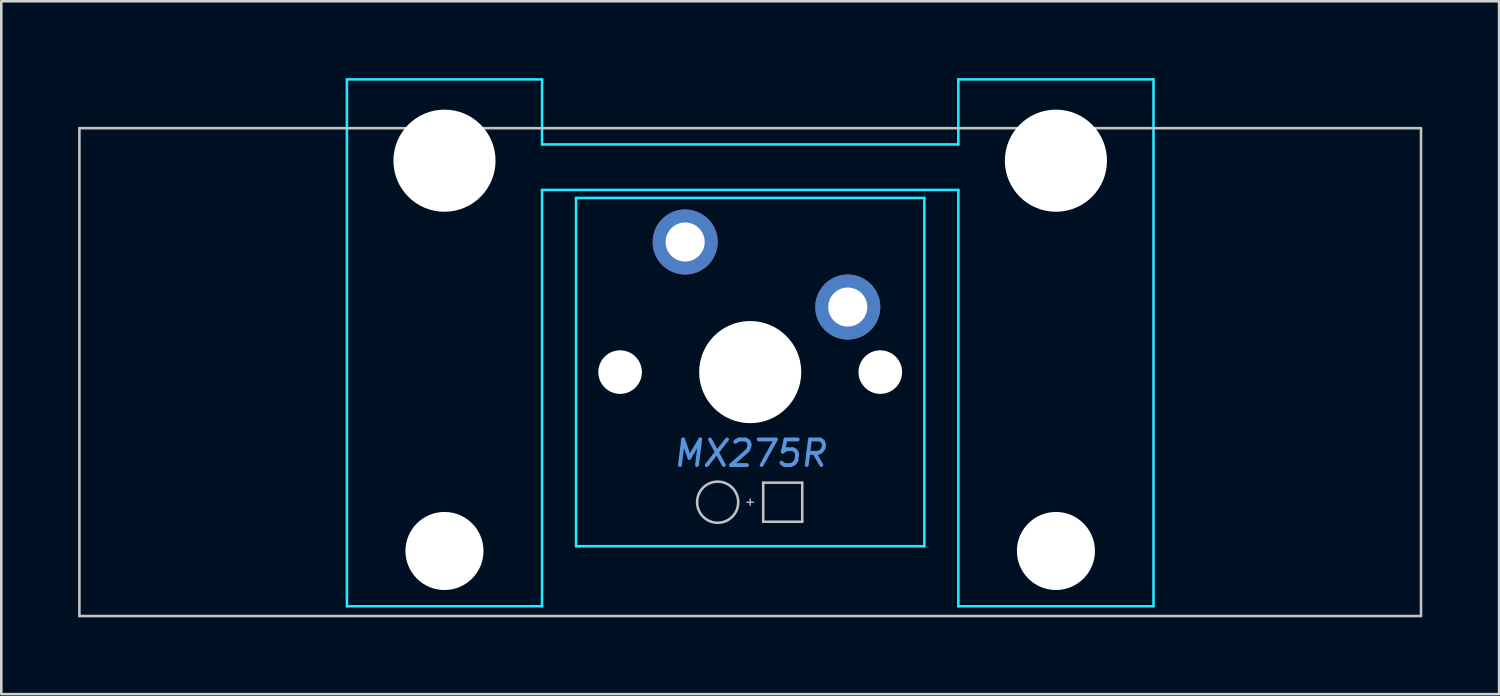
<source format=kicad_pcb>
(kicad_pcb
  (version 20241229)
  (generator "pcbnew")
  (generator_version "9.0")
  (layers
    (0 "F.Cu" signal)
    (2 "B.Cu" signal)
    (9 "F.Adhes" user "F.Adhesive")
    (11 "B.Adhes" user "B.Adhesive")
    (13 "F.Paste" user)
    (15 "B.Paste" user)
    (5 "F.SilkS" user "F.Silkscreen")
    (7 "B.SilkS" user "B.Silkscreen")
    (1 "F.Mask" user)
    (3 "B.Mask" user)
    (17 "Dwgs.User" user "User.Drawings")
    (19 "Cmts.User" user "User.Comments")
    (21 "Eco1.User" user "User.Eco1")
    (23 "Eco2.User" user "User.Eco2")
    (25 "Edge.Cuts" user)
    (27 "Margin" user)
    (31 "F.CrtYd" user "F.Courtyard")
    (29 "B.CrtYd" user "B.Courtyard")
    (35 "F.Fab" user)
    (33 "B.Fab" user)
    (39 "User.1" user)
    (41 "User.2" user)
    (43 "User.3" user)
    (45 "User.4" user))
  (footprint "MX275R"
    (layer "F.Cu")
    (at 26.244 11.48)
    (property "Reference" "MX275R" (at 0 3.175 0) (layer "Cmts.User") (effects (font (size 1 1) (thickness 0.15) (italic yes))))
    (attr through_hole)
    (fp_line (start -26.194 -9.525) (end -26.194 9.525) (stroke (width 0.1) (type solid)) (layer "Dwgs.User"))
    (fp_line (start -26.194 -9.525) (end 26.194 -9.525) (stroke (width 0.1) (type solid)) (layer "Dwgs.User"))
    (fp_line (start -26.194 9.525) (end 26.194 9.525) (stroke (width 0.1) (type solid)) (layer "Dwgs.User"))
    (fp_line (start -0.127 5.08) (end 0.127 5.08) (stroke (width 0.05) (type solid)) (layer "Dwgs.User"))
    (fp_line (start 0 5.207) (end 0 4.953) (stroke (width 0.05) (type solid)) (layer "Dwgs.User"))
    (fp_line (start 0.508 4.318) (end 0.508 5.842) (stroke (width 0.1) (type solid)) (layer "Dwgs.User"))
    (fp_line (start 0.508 4.318) (end 2.032 4.318) (stroke (width 0.1) (type solid)) (layer "Dwgs.User"))
    (fp_line (start 0.508 5.842) (end 2.032 5.842) (stroke (width 0.1) (type solid)) (layer "Dwgs.User"))
    (fp_line (start 2.032 5.842) (end 2.032 4.318) (stroke (width 0.1) (type solid)) (layer "Dwgs.User"))
    (fp_line (start 26.194 -9.525) (end 26.194 9.525) (stroke (width 0.1) (type solid)) (layer "Dwgs.User"))
    (fp_circle (center -1.27 5.08) (end -0.467 5.08) (stroke (width 0.1) (type solid)) (fill no) (layer "Dwgs.User"))
    (fp_line (start -17.17 0.889) (end -17.17 2.921) (stroke (width 0.1) (type solid)) (layer "Eco1.User"))
    (fp_line (start -16.789 3.302) (end -16.535 3.302) (stroke (width 0.1) (type solid)) (layer "Eco1.User"))
    (fp_line (start -16.535 0.508) (end -16.789 0.508) (stroke (width 0.1) (type solid)) (layer "Eco1.User"))
    (fp_line (start -16.154 -6.223) (end -16.154 0.127) (stroke (width 0.1) (type solid)) (layer "Eco1.User"))
    (fp_line (start -16.154 3.683) (end -16.154 5.309) (stroke (width 0.1) (type solid)) (layer "Eco1.User"))
    (fp_line (start -15.773 5.69) (end -9.881 5.69) (stroke (width 0.1) (type solid)) (layer "Eco1.User"))
    (fp_line (start -14.732 -6.604) (end -15.773 -6.604) (stroke (width 0.1) (type solid)) (layer "Eco1.User"))
    (fp_line (start -14.351 -7.391) (end -14.351 -6.985) (stroke (width 0.1) (type solid)) (layer "Eco1.User"))
    (fp_line (start -11.684 -7.772) (end -13.97 -7.772) (stroke (width 0.1) (type solid)) (layer "Eco1.User"))
    (fp_line (start -11.303 -6.985) (end -11.303 -7.391) (stroke (width 0.1) (type solid)) (layer "Eco1.User"))
    (fp_line (start -9.881 -6.604) (end -10.922 -6.604) (stroke (width 0.1) (type solid)) (layer "Eco1.User"))
    (fp_line (start -9.5 -6.198) (end -9.5 -6.223) (stroke (width 0.1) (type solid)) (layer "Eco1.User"))
    (fp_line (start -9.5 5.309) (end -9.5 5.258) (stroke (width 0.1) (type solid)) (layer "Eco1.User"))
    (fp_line (start -9.119 4.877) (end -7.366 4.877) (stroke (width 0.1) (type solid)) (layer "Eco1.User"))
    (fp_line (start -7.366 -5.817) (end -9.119 -5.817) (stroke (width 0.1) (type solid)) (layer "Eco1.User"))
    (fp_line (start -6.985 -6.604) (end -6.985 -6.197) (stroke (width 0.1) (type solid)) (layer "Eco1.User"))
    (fp_line (start -6.985 5.258) (end -6.985 6.604) (stroke (width 0.1) (type solid)) (layer "Eco1.User"))
    (fp_line (start -6.604 -6.985) (end 6.604 -6.985) (stroke (width 0.1) (type solid)) (layer "Eco1.User"))
    (fp_line (start -2.159 0) (end 2.159 0) (stroke (width 0.1) (type solid)) (layer "Eco1.User"))
    (fp_line (start 0 2.159) (end 0 -2.159) (stroke (width 0.1) (type solid)) (layer "Eco1.User"))
    (fp_line (start 6.604 6.985) (end -6.604 6.985) (stroke (width 0.1) (type solid)) (layer "Eco1.User"))
    (fp_line (start 6.985 -6.604) (end 6.985 -6.197) (stroke (width 0.1) (type solid)) (layer "Eco1.User"))
    (fp_line (start 6.985 5.258) (end 6.985 6.604) (stroke (width 0.1) (type solid)) (layer "Eco1.User"))
    (fp_line (start 7.366 -5.817) (end 9.119 -5.817) (stroke (width 0.1) (type solid)) (layer "Eco1.User"))
    (fp_line (start 9.119 4.877) (end 7.366 4.877) (stroke (width 0.1) (type solid)) (layer "Eco1.User"))
    (fp_line (start 9.5 -6.198) (end 9.5 -6.223) (stroke (width 0.1) (type solid)) (layer "Eco1.User"))
    (fp_line (start 9.5 5.309) (end 9.5 5.258) (stroke (width 0.1) (type solid)) (layer "Eco1.User"))
    (fp_line (start 9.881 -6.604) (end 10.922 -6.604) (stroke (width 0.1) (type solid)) (layer "Eco1.User"))
    (fp_line (start 11.303 -6.985) (end 11.303 -7.391) (stroke (width 0.1) (type solid)) (layer "Eco1.User"))
    (fp_line (start 11.684 -7.772) (end 13.97 -7.772) (stroke (width 0.1) (type solid)) (layer "Eco1.User"))
    (fp_line (start 14.351 -7.391) (end 14.351 -6.985) (stroke (width 0.1) (type solid)) (layer "Eco1.User"))
    (fp_line (start 14.732 -6.604) (end 15.773 -6.604) (stroke (width 0.1) (type solid)) (layer "Eco1.User"))
    (fp_line (start 15.773 5.69) (end 9.881 5.69) (stroke (width 0.1) (type solid)) (layer "Eco1.User"))
    (fp_line (start 16.154 -6.223) (end 16.154 0.127) (stroke (width 0.1) (type solid)) (layer "Eco1.User"))
    (fp_line (start 16.154 3.683) (end 16.154 5.309) (stroke (width 0.1) (type solid)) (layer "Eco1.User"))
    (fp_line (start 16.535 0.508) (end 16.789 0.508) (stroke (width 0.1) (type solid)) (layer "Eco1.User"))
    (fp_line (start 16.789 3.302) (end 16.535 3.302) (stroke (width 0.1) (type solid)) (layer "Eco1.User"))
    (fp_line (start 17.17 0.889) (end 17.17 2.921) (stroke (width 0.1) (type solid)) (layer "Eco1.User"))
    (fp_arc (start -17.1704 0.889) (mid -17.058808 0.619592) (end -16.7894 0.508) (stroke (width 0.1) (type solid)) (layer "Eco1.User"))
    (fp_arc (start -16.7894 3.302) (mid -17.058808 3.190408) (end -17.1704 2.921) (stroke (width 0.1) (type solid)) (layer "Eco1.User"))
    (fp_arc (start -16.5354 3.302) (mid -16.265992 3.413592) (end -16.1544 3.683) (stroke (width 0.1) (type solid)) (layer "Eco1.User"))
    (fp_arc (start -16.1544 -6.223) (mid -16.042808 -6.492408) (end -15.7734 -6.604) (stroke (width 0.1) (type solid)) (layer "Eco1.User"))
    (fp_arc (start -16.1544 0.127) (mid -16.265992 0.396408) (end -16.5354 0.508) (stroke (width 0.1) (type solid)) (layer "Eco1.User"))
    (fp_arc (start -15.7734 5.6896) (mid -16.042808 5.578008) (end -16.1544 5.3086) (stroke (width 0.1) (type solid)) (layer "Eco1.User"))
    (fp_arc (start -14.351 -7.3914) (mid -14.239408 -7.660808) (end -13.97 -7.7724) (stroke (width 0.1) (type solid)) (layer "Eco1.User"))
    (fp_arc (start -14.351 -6.985) (mid -14.462592 -6.715592) (end -14.732 -6.604) (stroke (width 0.1) (type solid)) (layer "Eco1.User"))
    (fp_arc (start -11.684 -7.7724) (mid -11.414592 -7.660808) (end -11.303 -7.3914) (stroke (width 0.1) (type solid)) (layer "Eco1.User"))
    (fp_arc (start -10.922 -6.604) (mid -11.191408 -6.715592) (end -11.303 -6.985) (stroke (width 0.1) (type solid)) (layer "Eco1.User"))
    (fp_arc (start -9.8806 -6.604) (mid -9.611192 -6.492408) (end -9.4996 -6.223) (stroke (width 0.1) (type solid)) (layer "Eco1.User"))
    (fp_arc (start -9.4996 5.2578) (mid -9.388008 4.988392) (end -9.1186 4.8768) (stroke (width 0.1) (type solid)) (layer "Eco1.User"))
    (fp_arc (start -9.4996 5.3086) (mid -9.611192 5.578008) (end -9.8806 5.6896) (stroke (width 0.1) (type solid)) (layer "Eco1.User"))
    (fp_arc (start -9.1186 -5.8166) (mid -9.388008 -5.928192) (end -9.4996 -6.1976) (stroke (width 0.1) (type solid)) (layer "Eco1.User"))
    (fp_arc (start -7.366 4.8768) (mid -7.096592 4.988392) (end -6.985 5.2578) (stroke (width 0.1) (type solid)) (layer "Eco1.User"))
    (fp_arc (start -6.985 -6.604) (mid -6.873408 -6.873408) (end -6.604 -6.985) (stroke (width 0.1) (type solid)) (layer "Eco1.User"))
    (fp_arc (start -6.985 -6.1976) (mid -7.096592 -5.928192) (end -7.366 -5.8166) (stroke (width 0.1) (type solid)) (layer "Eco1.User"))
    (fp_arc (start -6.604 6.985) (mid -6.873408 6.873408) (end -6.985 6.604) (stroke (width 0.1) (type solid)) (layer "Eco1.User"))
    (fp_arc (start 6.604 -6.985) (mid 6.873408 -6.873408) (end 6.985 -6.604) (stroke (width 0.1) (type solid)) (layer "Eco1.User"))
    (fp_arc (start 6.985 5.2578) (mid 7.096592 4.988392) (end 7.366 4.8768) (stroke (width 0.1) (type solid)) (layer "Eco1.User"))
    (fp_arc (start 6.985 6.604) (mid 6.873408 6.873408) (end 6.604 6.985) (stroke (width 0.1) (type solid)) (layer "Eco1.User"))
    (fp_arc (start 7.366 -5.8166) (mid 7.096592 -5.928192) (end 6.985 -6.1976) (stroke (width 0.1) (type solid)) (layer "Eco1.User"))
    (fp_arc (start 9.1186 4.8768) (mid 9.388008 4.988392) (end 9.4996 5.2578) (stroke (width 0.1) (type solid)) (layer "Eco1.User"))
    (fp_arc (start 9.4996 -6.223) (mid 9.611192 -6.492408) (end 9.8806 -6.604) (stroke (width 0.1) (type solid)) (layer "Eco1.User"))
    (fp_arc (start 9.4996 -6.1976) (mid 9.388008 -5.928192) (end 9.1186 -5.8166) (stroke (width 0.1) (type solid)) (layer "Eco1.User"))
    (fp_arc (start 9.8806 5.6896) (mid 9.611192 5.578008) (end 9.4996 5.3086) (stroke (width 0.1) (type solid)) (layer "Eco1.User"))
    (fp_arc (start 11.303 -7.3914) (mid 11.414592 -7.660808) (end 11.684 -7.7724) (stroke (width 0.1) (type solid)) (layer "Eco1.User"))
    (fp_arc (start 11.303 -6.985) (mid 11.191408 -6.715592) (end 10.922 -6.604) (stroke (width 0.1) (type solid)) (layer "Eco1.User"))
    (fp_arc (start 13.97 -7.7724) (mid 14.239408 -7.660808) (end 14.351 -7.3914) (stroke (width 0.1) (type solid)) (layer "Eco1.User"))
    (fp_arc (start 14.732 -6.604) (mid 14.462592 -6.715592) (end 14.351 -6.985) (stroke (width 0.1) (type solid)) (layer "Eco1.User"))
    (fp_arc (start 15.7734 -6.604) (mid 16.042808 -6.492408) (end 16.1544 -6.223) (stroke (width 0.1) (type solid)) (layer "Eco1.User"))
    (fp_arc (start 16.1544 3.683) (mid 16.265992 3.413592) (end 16.5354 3.302) (stroke (width 0.1) (type solid)) (layer "Eco1.User"))
    (fp_arc (start 16.1544 5.3086) (mid 16.042808 5.578008) (end 15.7734 5.6896) (stroke (width 0.1) (type solid)) (layer "Eco1.User"))
    (fp_arc (start 16.5354 0.508) (mid 16.265992 0.396408) (end 16.1544 0.127) (stroke (width 0.1) (type solid)) (layer "Eco1.User"))
    (fp_arc (start 16.7894 0.508) (mid 17.058808 0.619592) (end 17.1704 0.889) (stroke (width 0.1) (type solid)) (layer "Eco1.User"))
    (fp_arc (start 17.1704 2.921) (mid 17.058808 3.190408) (end 16.7894 3.302) (stroke (width 0.1) (type solid)) (layer "Eco1.User"))
    (fp_circle (center 0 0) (end -1.994 0) (stroke (width 0.1) (type solid)) (fill no) (layer "Eco1.User"))
    (fp_line (start -15.748 -11.43) (end -8.128 -11.43) (stroke (width 0.1) (type solid)) (layer "B.CrtYd"))
    (fp_line (start -15.748 9.144) (end -15.748 -11.43) (stroke (width 0.1) (type solid)) (layer "B.CrtYd"))
    (fp_line (start -8.128 -11.43) (end -8.128 -8.89) (stroke (width 0.1) (type solid)) (layer "B.CrtYd"))
    (fp_line (start -8.128 9.144) (end -15.748 9.144) (stroke (width 0.1) (type solid)) (layer "B.CrtYd"))
    (fp_line (start -8.128 9.144) (end -8.128 -7.112) (stroke (width 0.1) (type solid)) (layer "B.CrtYd"))
    (fp_line (start -6.8 6.8) (end -6.8 -6.8) (stroke (width 0.1) (type solid)) (layer "B.CrtYd"))
    (fp_line (start 6.8 -6.8) (end -6.8 -6.8) (stroke (width 0.1) (type solid)) (layer "B.CrtYd"))
    (fp_line (start 6.8 6.8) (end -6.8 6.8) (stroke (width 0.1) (type solid)) (layer "B.CrtYd"))
    (fp_line (start 6.8 6.8) (end 6.8 -6.8) (stroke (width 0.1) (type solid)) (layer "B.CrtYd"))
    (fp_line (start 8.128 -11.43) (end 8.128 -8.89) (stroke (width 0.1) (type solid)) (layer "B.CrtYd"))
    (fp_line (start 8.128 -11.43) (end 15.748 -11.43) (stroke (width 0.1) (type solid)) (layer "B.CrtYd"))
    (fp_line (start 8.128 -8.89) (end -8.128 -8.89) (stroke (width 0.1) (type solid)) (layer "B.CrtYd"))
    (fp_line (start 8.128 -7.112) (end -8.128 -7.112) (stroke (width 0.1) (type solid)) (layer "B.CrtYd"))
    (fp_line (start 8.128 9.144) (end 8.128 -7.112) (stroke (width 0.1) (type solid)) (layer "B.CrtYd"))
    (fp_line (start 15.748 -11.43) (end 15.748 9.144) (stroke (width 0.1) (type solid)) (layer "B.CrtYd"))
    (fp_line (start 15.748 9.144) (end 8.128 9.144) (stroke (width 0.1) (type solid)) (layer "B.CrtYd"))
    (pad "" np_thru_hole circle (at -11.938 -8.255 180) (size 3.988 3.988) (drill 3.988) (layers "*.Cu" "*.Mask"))
    (pad "" np_thru_hole circle (at -11.938 6.985 180) (size 3.048 3.048) (drill 3.048) (layers "*.Cu" "*.Mask"))
    (pad "" np_thru_hole circle (at -5.08 0) (size 1.702 1.702) (drill 1.702) (layers "*.Cu" "*.Mask"))
    (pad "" np_thru_hole circle (at 0 0) (size 3.988 3.988) (drill 3.988) (layers "*.Cu" "*.Mask"))
    (pad "" np_thru_hole circle (at 5.08 0) (size 1.702 1.702) (drill 1.702) (layers "*.Cu" "*.Mask"))
    (pad "" np_thru_hole circle (at 11.938 -8.255 180) (size 3.988 3.988) (drill 3.988) (layers "*.Cu" "*.Mask"))
    (pad "" np_thru_hole circle (at 11.938 6.985 180) (size 3.048 3.048) (drill 3.048) (layers "*.Cu" "*.Mask"))
    (pad "1" thru_hole circle (at -2.54 -5.08) (size 2.54 2.54) (drill 1.524) (layers "*.Cu" "*.Mask"))
    (pad "2" thru_hole circle (at 3.81 -2.54) (size 2.54 2.54) (drill 1.524) (layers "*.Cu" "*.Mask")))
  (gr_rect
    (start -3 -3)
    (end 55.487 24.055)
    (stroke (width 0.1) (type default))
    (fill no)
    (layer "Edge.Cuts")))
</source>
